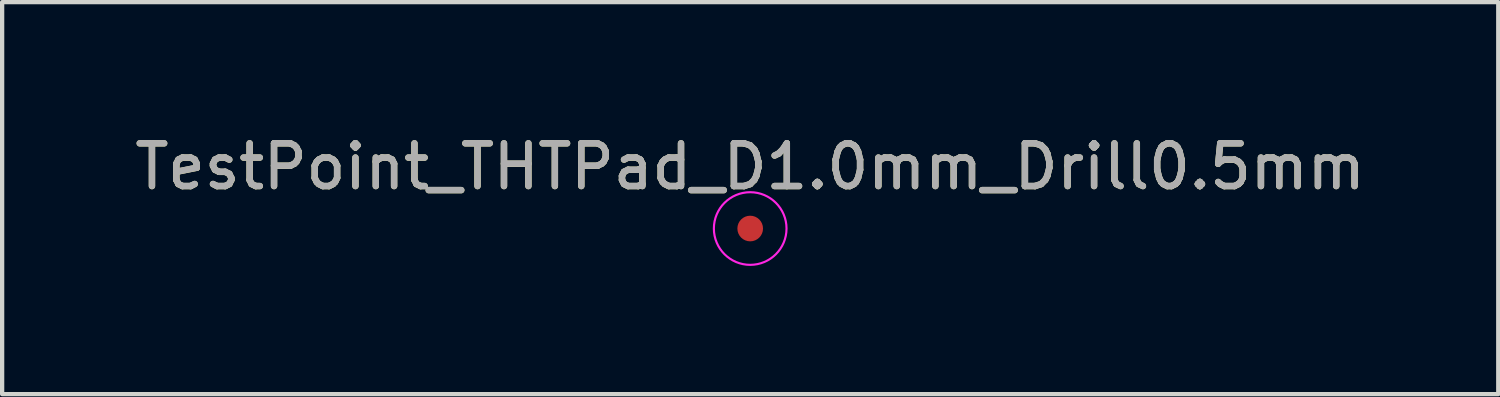
<source format=kicad_pcb>
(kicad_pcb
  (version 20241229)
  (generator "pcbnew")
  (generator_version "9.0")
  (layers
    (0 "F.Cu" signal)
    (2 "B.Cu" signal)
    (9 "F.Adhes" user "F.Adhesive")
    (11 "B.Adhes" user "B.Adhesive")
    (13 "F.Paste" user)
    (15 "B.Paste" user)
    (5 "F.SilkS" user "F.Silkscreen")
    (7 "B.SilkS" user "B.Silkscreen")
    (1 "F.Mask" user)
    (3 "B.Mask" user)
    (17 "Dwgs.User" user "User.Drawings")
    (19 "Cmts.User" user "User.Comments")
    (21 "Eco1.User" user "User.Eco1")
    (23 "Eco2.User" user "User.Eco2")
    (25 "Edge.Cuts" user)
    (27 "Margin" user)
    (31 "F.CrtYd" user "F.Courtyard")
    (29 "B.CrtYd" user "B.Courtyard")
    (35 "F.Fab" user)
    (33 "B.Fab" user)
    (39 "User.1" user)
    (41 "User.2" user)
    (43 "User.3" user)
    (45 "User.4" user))
  (footprint "TestPoint_THTPad_D1.0mm_Drill0.5mm"
    (layer "F.Cu")
    (at 14.506 2.298)
    (property "Reference" "TestPoint_THTPad_D1.0mm_Drill0.5mm" (at 0 -1.448 0) (layer "F.SilkS") (effects (font (size 1 1) (thickness 0.15))))
    (attr exclude_from_pos_files exclude_from_bom)
    (fp_circle (center 0 0) (end 0.85 0) (stroke (width 0.05) (type solid)) (fill no) (layer "F.CrtYd"))
    (fp_text user "${REFERENCE}" (at 0 -1.45 0) (layer "F.Fab") (effects (font (size 1 1) (thickness 0.15))))
    (pad "1" smd circle (at 0 0) (size 0.6 0.6) (layers "F.Cu" "F.Mask")))
  (gr_rect
    (start -3 -3)
    (end 32.012 6.173)
    (stroke (width 0.1) (type default))
    (fill no)
    (layer "Edge.Cuts")))
</source>
